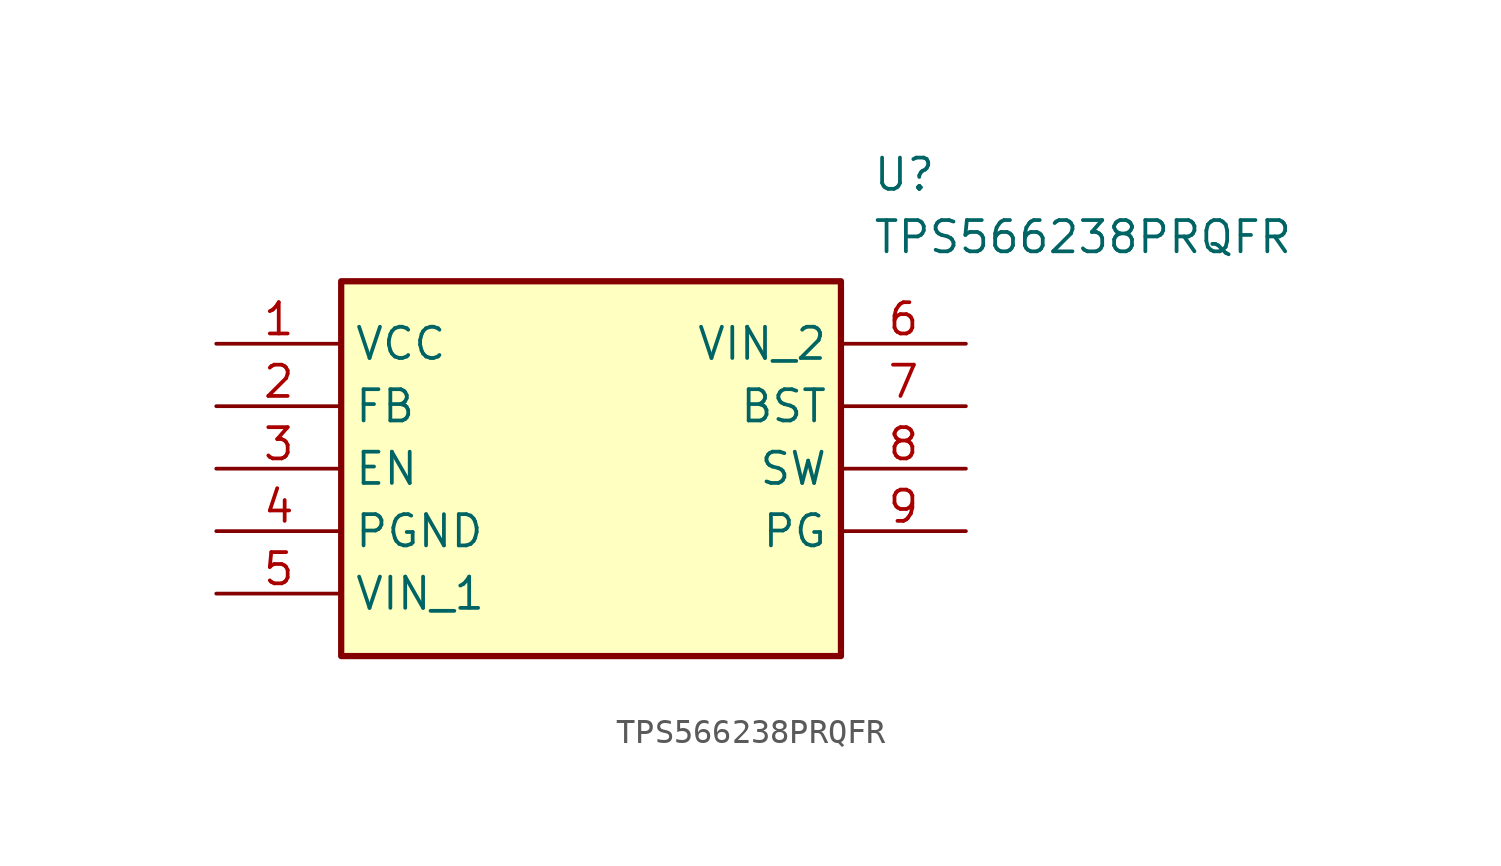
<source format=kicad_sym>
(kicad_symbol_lib
  (version 20241209)
  (generator "kicad_symbol_editor")
  (generator_version "9.0")
  (symbol "TPS566238PRQFR"
    (property "Reference" "U"
      (at 26.67 7.62 0)
      (effects (font (size 1.27 1.27)) (justify left top)))
    (property "Value" "TPS566238PRQFR"
      (at 26.67 5.08 0)
      (effects (font (size 1.27 1.27)) (justify left top)))
    (symbol "TPS566238PRQFR_1_1"
      (rectangle (start 5.08 2.54) (end 25.4 -12.7) (stroke (width 0.254) (type default)) (fill (type background)))
      (pin passive line (at 0 0 0) (length 5.08) (name "VCC" (effects (font (size 1.27 1.27)))) (number "1" (effects (font (size 1.27 1.27)))))
      (pin passive line (at 0 -2.54 0) (length 5.08) (name "FB" (effects (font (size 1.27 1.27)))) (number "2" (effects (font (size 1.27 1.27)))))
      (pin passive line (at 0 -5.08 0) (length 5.08) (name "EN" (effects (font (size 1.27 1.27)))) (number "3" (effects (font (size 1.27 1.27)))))
      (pin passive line (at 0 -7.62 0) (length 5.08) (name "PGND" (effects (font (size 1.27 1.27)))) (number "4" (effects (font (size 1.27 1.27)))))
      (pin passive line (at 0 -10.16 0) (length 5.08) (name "VIN_1" (effects (font (size 1.27 1.27)))) (number "5" (effects (font (size 1.27 1.27)))))
      (pin passive line (at 30.48 0 180) (length 5.08) (name "VIN_2" (effects (font (size 1.27 1.27)))) (number "6" (effects (font (size 1.27 1.27)))))
      (pin passive line (at 30.48 -2.54 180) (length 5.08) (name "BST" (effects (font (size 1.27 1.27)))) (number "7" (effects (font (size 1.27 1.27)))))
      (pin passive line (at 30.48 -5.08 180) (length 5.08) (name "SW" (effects (font (size 1.27 1.27)))) (number "8" (effects (font (size 1.27 1.27)))))
      (pin passive line (at 30.48 -7.62 180) (length 5.08) (name "PG" (effects (font (size 1.27 1.27)))) (number "9" (effects (font (size 1.27 1.27))))))))
</source>
